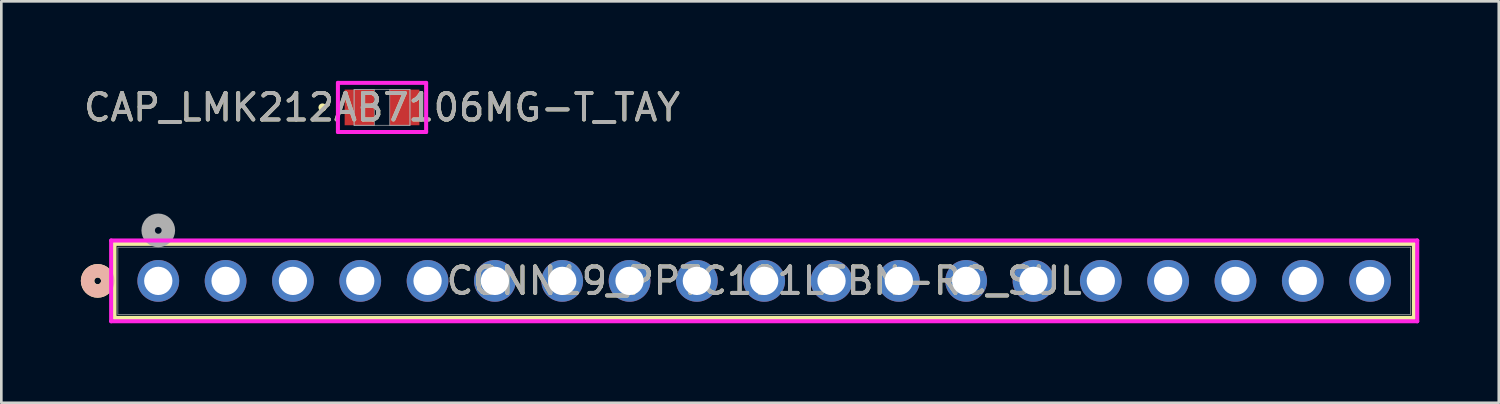
<source format=kicad_pcb>
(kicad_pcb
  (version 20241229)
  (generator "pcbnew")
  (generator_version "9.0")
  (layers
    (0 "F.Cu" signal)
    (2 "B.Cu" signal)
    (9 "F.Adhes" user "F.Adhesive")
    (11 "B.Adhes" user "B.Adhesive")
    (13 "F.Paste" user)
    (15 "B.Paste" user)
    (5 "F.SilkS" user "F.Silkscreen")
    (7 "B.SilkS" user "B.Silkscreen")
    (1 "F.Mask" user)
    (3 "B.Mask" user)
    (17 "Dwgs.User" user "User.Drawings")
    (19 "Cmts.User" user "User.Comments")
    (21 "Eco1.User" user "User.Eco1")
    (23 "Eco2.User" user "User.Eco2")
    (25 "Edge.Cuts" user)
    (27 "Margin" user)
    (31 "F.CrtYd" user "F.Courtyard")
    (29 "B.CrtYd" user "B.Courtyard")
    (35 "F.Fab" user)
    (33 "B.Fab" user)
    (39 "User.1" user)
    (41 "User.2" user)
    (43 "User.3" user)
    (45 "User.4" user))
  (footprint "CAP_LMK212AB7106MG-T_TAY"
    (layer "F.Cu")
    (at 11.363 1.003)
    (property "Reference" "CAP_LMK212AB7106MG-T_TAY" (at 0 0 0) (unlocked yes) (layer "F.SilkS") (effects (font (size 1 1) (thickness 0.15))))
    (attr smd)
    (fp_circle (center -2.248 0) (end -2.172 0) (stroke (width 0.152) (type solid)) (fill no) (layer "F.SilkS"))
    (fp_line (start -1.664 -0.927) (end 1.664 -0.927) (stroke (width 0.152) (type solid)) (layer "F.CrtYd"))
    (fp_line (start -1.664 0.927) (end -1.664 -0.927) (stroke (width 0.152) (type solid)) (layer "F.CrtYd"))
    (fp_line (start 1.664 -0.927) (end 1.664 0.927) (stroke (width 0.152) (type solid)) (layer "F.CrtYd"))
    (fp_line (start 1.664 0.927) (end -1.664 0.927) (stroke (width 0.152) (type solid)) (layer "F.CrtYd"))
    (fp_line (start -1.054 -0.673) (end -1.054 0.673) (stroke (width 0.025) (type solid)) (layer "F.Fab"))
    (fp_line (start -1.054 -0.673) (end -1.054 0.673) (stroke (width 0.025) (type solid)) (layer "F.Fab"))
    (fp_line (start -1.054 0.673) (end -0.292 0.673) (stroke (width 0.025) (type solid)) (layer "F.Fab"))
    (fp_line (start -1.054 0.673) (end 1.054 0.673) (stroke (width 0.025) (type solid)) (layer "F.Fab"))
    (fp_line (start -0.292 -0.673) (end -1.054 -0.673) (stroke (width 0.025) (type solid)) (layer "F.Fab"))
    (fp_line (start -0.292 0.673) (end -0.292 -0.673) (stroke (width 0.025) (type solid)) (layer "F.Fab"))
    (fp_line (start 0.292 -0.673) (end 0.292 0.673) (stroke (width 0.025) (type solid)) (layer "F.Fab"))
    (fp_line (start 0.292 0.673) (end 1.054 0.673) (stroke (width 0.025) (type solid)) (layer "F.Fab"))
    (fp_line (start 1.054 -0.673) (end -1.054 -0.673) (stroke (width 0.025) (type solid)) (layer "F.Fab"))
    (fp_line (start 1.054 -0.673) (end 0.292 -0.673) (stroke (width 0.025) (type solid)) (layer "F.Fab"))
    (fp_line (start 1.054 0.673) (end 1.054 -0.673) (stroke (width 0.025) (type solid)) (layer "F.Fab"))
    (fp_line (start 1.054 0.673) (end 1.054 -0.673) (stroke (width 0.025) (type solid)) (layer "F.Fab"))
    (fp_circle (center -0.724 0) (end -0.648 0) (stroke (width 0.025) (type solid)) (fill no) (layer "F.Fab"))
    (fp_text user "${REFERENCE}" (at 0 0 0) (unlocked yes) (layer "F.Fab") (effects (font (size 1 1) (thickness 0.15))))
    (pad "1" smd rect (at -0.851 0) (size 1.118 1.346) (layers "F.Cu" "F.Mask" "F.Paste"))
    (pad "2" smd rect (at 0.851 0) (size 1.118 1.346) (layers "F.Cu" "F.Mask" "F.Paste"))
    (zone (net_name "") (layer "F.Cu") (hatch full 0.508) (connect_pads) (min_thickness 0.254) (filled_areas_thickness no) (keepout (tracks not_allowed) (vias not_allowed) (pads allowed) (copperpour not_allowed) (footprints allowed)) (placement (enabled no)) (fill) (polygon (pts (xy 11.122 0.381) (xy 11.604 0.381) (xy 11.604 1.626) (xy 11.122 1.626)))))
  (footprint "CONN19_PPTC191LFBN-RC_SUL"
    (layer "F.Cu")
    (at 2.921 7.547)
    (property "Reference" "CONN19_PPTC191LFBN-RC_SUL" (at 22.86 0 0) (unlocked yes) (layer "F.SilkS") (effects (font (size 1 1) (thickness 0.15))))
    (attr through_hole)
    (fp_line (start -1.651 -1.397) (end -1.651 1.397) (stroke (width 0.152) (type solid)) (layer "F.SilkS"))
    (fp_line (start -1.651 1.397) (end 47.371 1.397) (stroke (width 0.152) (type solid)) (layer "F.SilkS"))
    (fp_line (start 47.371 -1.397) (end -1.651 -1.397) (stroke (width 0.152) (type solid)) (layer "F.SilkS"))
    (fp_line (start 47.371 1.397) (end 47.371 -1.397) (stroke (width 0.152) (type solid)) (layer "F.SilkS"))
    (fp_circle (center -2.286 0) (end -1.905 0) (stroke (width 0.508) (type solid)) (fill no) (layer "F.SilkS"))
    (fp_circle (center -2.286 0) (end -1.905 0) (stroke (width 0.508) (type solid)) (fill no) (layer "B.SilkS"))
    (fp_line (start -1.778 -1.524) (end -1.778 1.524) (stroke (width 0.152) (type solid)) (layer "F.CrtYd"))
    (fp_line (start -1.778 1.524) (end 47.498 1.524) (stroke (width 0.152) (type solid)) (layer "F.CrtYd"))
    (fp_line (start 47.498 -1.524) (end -1.778 -1.524) (stroke (width 0.152) (type solid)) (layer "F.CrtYd"))
    (fp_line (start 47.498 1.524) (end 47.498 -1.524) (stroke (width 0.152) (type solid)) (layer "F.CrtYd"))
    (fp_line (start -1.524 -1.27) (end -1.524 1.27) (stroke (width 0.025) (type solid)) (layer "F.Fab"))
    (fp_line (start -1.524 1.27) (end 47.244 1.27) (stroke (width 0.025) (type solid)) (layer "F.Fab"))
    (fp_line (start 47.244 -1.27) (end -1.524 -1.27) (stroke (width 0.025) (type solid)) (layer "F.Fab"))
    (fp_line (start 47.244 1.27) (end 47.244 -1.27) (stroke (width 0.025) (type solid)) (layer "F.Fab"))
    (fp_circle (center 0 -1.905) (end 0.381 -1.905) (stroke (width 0.508) (type solid)) (fill no) (layer "F.Fab"))
    (fp_text user "${REFERENCE}" (at 22.86 0 0) (unlocked yes) (layer "F.Fab") (effects (font (size 1 1) (thickness 0.15))))
    (pad "1" thru_hole circle (at 0 0) (size 1.575 1.575) (drill 1.067) (layers "*.Cu" "*.Mask"))
    (pad "2" thru_hole circle (at 2.54 0) (size 1.575 1.575) (drill 1.067) (layers "*.Cu" "*.Mask"))
    (pad "3" thru_hole circle (at 5.08 0) (size 1.575 1.575) (drill 1.067) (layers "*.Cu" "*.Mask"))
    (pad "4" thru_hole circle (at 7.62 0) (size 1.575 1.575) (drill 1.067) (layers "*.Cu" "*.Mask"))
    (pad "5" thru_hole circle (at 10.16 0) (size 1.575 1.575) (drill 1.067) (layers "*.Cu" "*.Mask"))
    (pad "6" thru_hole circle (at 12.7 0) (size 1.575 1.575) (drill 1.067) (layers "*.Cu" "*.Mask"))
    (pad "7" thru_hole circle (at 15.24 0) (size 1.575 1.575) (drill 1.067) (layers "*.Cu" "*.Mask"))
    (pad "8" thru_hole circle (at 17.78 0) (size 1.575 1.575) (drill 1.067) (layers "*.Cu" "*.Mask"))
    (pad "9" thru_hole circle (at 20.32 0) (size 1.575 1.575) (drill 1.067) (layers "*.Cu" "*.Mask"))
    (pad "10" thru_hole circle (at 22.86 0) (size 1.575 1.575) (drill 1.067) (layers "*.Cu" "*.Mask"))
    (pad "11" thru_hole circle (at 25.4 0) (size 1.575 1.575) (drill 1.067) (layers "*.Cu" "*.Mask"))
    (pad "12" thru_hole circle (at 27.94 0) (size 1.575 1.575) (drill 1.067) (layers "*.Cu" "*.Mask"))
    (pad "13" thru_hole circle (at 30.48 0) (size 1.575 1.575) (drill 1.067) (layers "*.Cu" "*.Mask"))
    (pad "14" thru_hole circle (at 33.02 0) (size 1.575 1.575) (drill 1.067) (layers "*.Cu" "*.Mask"))
    (pad "15" thru_hole circle (at 35.56 0) (size 1.575 1.575) (drill 1.067) (layers "*.Cu" "*.Mask"))
    (pad "16" thru_hole circle (at 38.1 0) (size 1.575 1.575) (drill 1.067) (layers "*.Cu" "*.Mask"))
    (pad "17" thru_hole circle (at 40.64 0) (size 1.575 1.575) (drill 1.067) (layers "*.Cu" "*.Mask"))
    (pad "18" thru_hole circle (at 43.18 0) (size 1.575 1.575) (drill 1.067) (layers "*.Cu" "*.Mask"))
    (pad "19" thru_hole circle (at 45.72 0) (size 1.575 1.575) (drill 1.067) (layers "*.Cu" "*.Mask")))
  (gr_rect
    (start -3 -3)
    (end 53.495 12.147)
    (stroke (width 0.1) (type default))
    (fill no)
    (layer "Edge.Cuts")))
</source>
